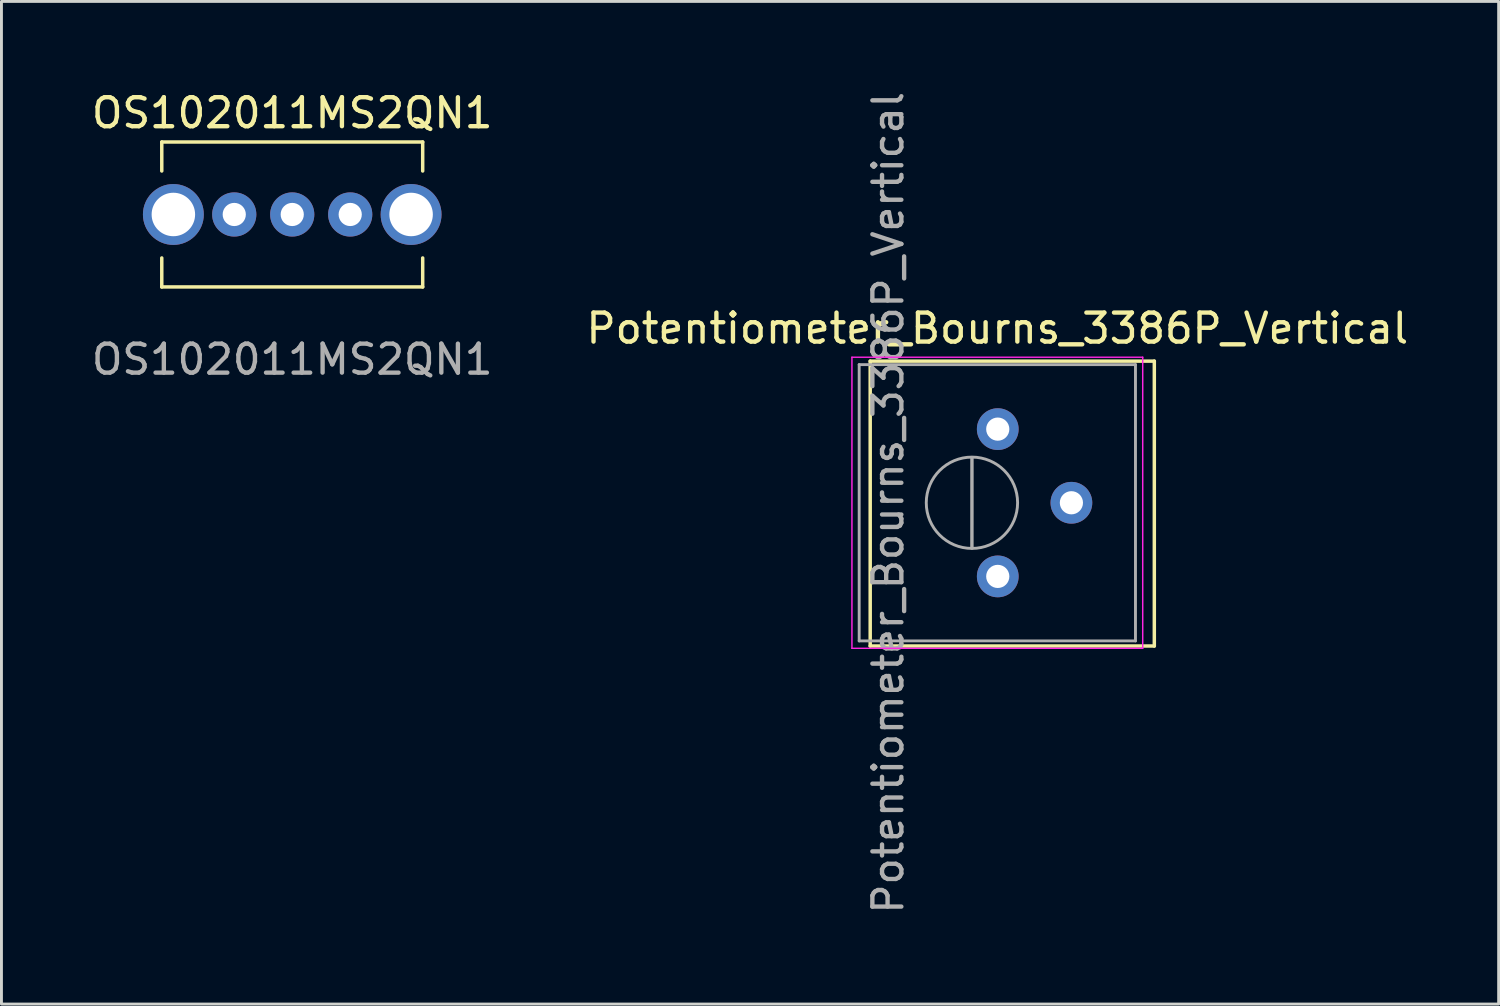
<source format=kicad_pcb>
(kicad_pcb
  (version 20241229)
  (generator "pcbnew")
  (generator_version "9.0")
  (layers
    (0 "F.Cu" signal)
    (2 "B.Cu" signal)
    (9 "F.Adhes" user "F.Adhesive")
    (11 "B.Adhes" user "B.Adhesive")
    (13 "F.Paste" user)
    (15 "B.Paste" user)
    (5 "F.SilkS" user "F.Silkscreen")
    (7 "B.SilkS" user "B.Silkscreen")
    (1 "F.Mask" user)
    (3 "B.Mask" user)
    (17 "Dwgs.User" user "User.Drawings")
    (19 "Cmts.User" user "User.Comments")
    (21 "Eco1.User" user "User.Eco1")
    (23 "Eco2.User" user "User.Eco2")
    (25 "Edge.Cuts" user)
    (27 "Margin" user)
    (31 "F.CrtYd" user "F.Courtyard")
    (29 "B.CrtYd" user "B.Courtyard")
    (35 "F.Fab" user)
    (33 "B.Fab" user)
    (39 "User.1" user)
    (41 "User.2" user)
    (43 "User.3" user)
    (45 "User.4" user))
  (footprint "OS102011MS2QN1"
    (layer "F.Cu")
    (at 7.03 4.348)
    (property "Reference" "OS102011MS2QN1" (at 0 -3.5 0) (unlocked yes) (layer "F.SilkS") (effects (font (size 1 1) (thickness 0.15))))
    (attr through_hole)
    (fp_line (start -4.5 -2.5) (end 4.5 -2.5) (stroke (width 0.12) (type solid)) (layer "F.SilkS"))
    (fp_line (start -4.5 -1.5) (end -4.5 -2.5) (stroke (width 0.12) (type solid)) (layer "F.SilkS"))
    (fp_line (start -4.5 2.5) (end -4.5 1.5) (stroke (width 0.12) (type solid)) (layer "F.SilkS"))
    (fp_line (start 4.5 -2.5) (end 4.5 -1.5) (stroke (width 0.12) (type solid)) (layer "F.SilkS"))
    (fp_line (start 4.5 1.5) (end 4.5 2.5) (stroke (width 0.12) (type solid)) (layer "F.SilkS"))
    (fp_line (start 4.5 2.5) (end -4.5 2.5) (stroke (width 0.12) (type solid)) (layer "F.SilkS"))
    (fp_text user "${REFERENCE}" (at 0 5 0) (unlocked yes) (layer "F.Fab") (effects (font (size 1 1) (thickness 0.15))))
    (pad "" thru_hole circle (at -4.1 0) (size 2.1 2.1) (drill 1.5) (layers "*.Cu" "*.Mask"))
    (pad "" thru_hole circle (at 4.1 0) (size 2.1 2.1) (drill 1.5) (layers "*.Cu" "*.Mask"))
    (pad "1" thru_hole circle (at -2 0) (size 1.524 1.524) (drill 0.8) (layers "*.Cu" "*.Mask"))
    (pad "2" thru_hole circle (at 0 0) (size 1.524 1.524) (drill 0.8) (layers "*.Cu" "*.Mask"))
    (pad "3" thru_hole circle (at 2 0) (size 1.524 1.524) (drill 0.8) (layers "*.Cu" "*.Mask")))
  (footprint "Potentiometer_Bourns_3386P_Vertical"
    (layer "F.Cu")
    (at 31.366 16.832)
    (property "Reference" "Potentiometer_Bourns_3386P_Vertical" (at -0.015 -8.555 0) (layer "F.SilkS") (effects (font (size 1 1) (thickness 0.15))))
    (attr through_hole)
    (fp_line (start -4.4 -7.425) (end -4.4 2.4) (stroke (width 0.12) (type solid)) (layer "F.SilkS"))
    (fp_line (start -4.4 -7.425) (end 5.4 -7.425) (stroke (width 0.12) (type solid)) (layer "F.SilkS"))
    (fp_line (start -4.4 2.4) (end 5.4 2.4) (stroke (width 0.12) (type solid)) (layer "F.SilkS"))
    (fp_line (start 5.4 -7.425) (end 5.4 2.4) (stroke (width 0.12) (type solid)) (layer "F.SilkS"))
    (fp_line (start -5.03 -7.56) (end -5.03 2.48) (stroke (width 0.05) (type solid)) (layer "F.CrtYd"))
    (fp_line (start -5.03 2.48) (end 5 2.48) (stroke (width 0.05) (type solid)) (layer "F.CrtYd"))
    (fp_line (start 5 -7.56) (end -5.03 -7.56) (stroke (width 0.05) (type solid)) (layer "F.CrtYd"))
    (fp_line (start 5 2.48) (end 5 -7.56) (stroke (width 0.05) (type solid)) (layer "F.CrtYd"))
    (fp_line (start -4.78 -7.305) (end -4.78 2.225) (stroke (width 0.1) (type solid)) (layer "F.Fab"))
    (fp_line (start -4.78 2.225) (end 4.75 2.225) (stroke (width 0.1) (type solid)) (layer "F.Fab"))
    (fp_line (start -0.891 -0.98) (end -0.89 -4.099) (stroke (width 0.1) (type solid)) (layer "F.Fab"))
    (fp_line (start -0.891 -0.98) (end -0.89 -4.099) (stroke (width 0.1) (type solid)) (layer "F.Fab"))
    (fp_line (start 4.75 -7.305) (end -4.78 -7.305) (stroke (width 0.1) (type solid)) (layer "F.Fab"))
    (fp_line (start 4.75 2.225) (end 4.75 -7.305) (stroke (width 0.1) (type solid)) (layer "F.Fab"))
    (fp_circle (center -0.891 -2.54) (end 0.684 -2.54) (stroke (width 0.1) (type solid)) (fill no) (layer "F.Fab"))
    (fp_text user "${REFERENCE}" (at -3.78 -2.54 90) (layer "F.Fab") (effects (font (size 1 1) (thickness 0.15))))
    (pad "1" thru_hole circle (at 0 0) (size 1.44 1.44) (drill 0.8) (layers "*.Cu" "*.Mask"))
    (pad "2" thru_hole circle (at 2.54 -2.54) (size 1.44 1.44) (drill 0.8) (layers "*.Cu" "*.Mask"))
    (pad "3" thru_hole circle (at 0 -5.08) (size 1.44 1.44) (drill 0.8) (layers "*.Cu" "*.Mask")))
  (gr_rect
    (start -3 -3)
    (end 48.643 31.583)
    (stroke (width 0.1) (type default))
    (fill no)
    (layer "Edge.Cuts")))
</source>
